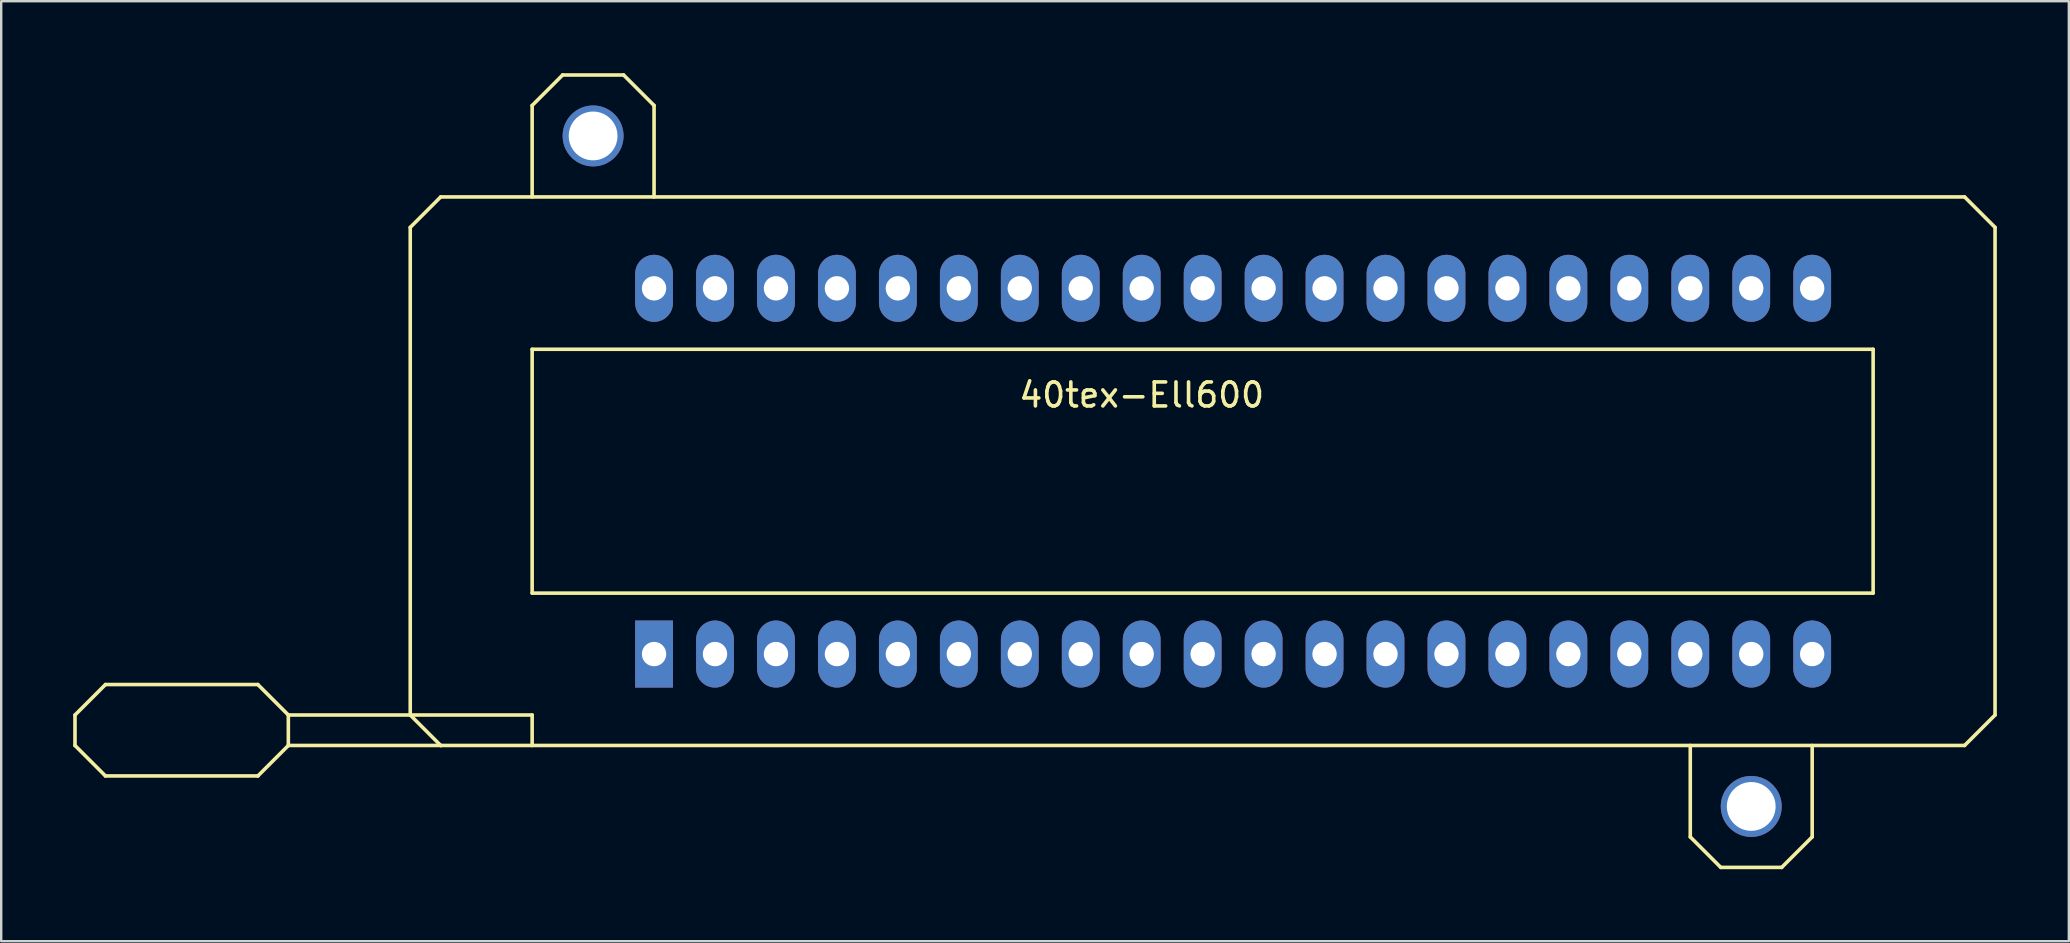
<source format=kicad_pcb>
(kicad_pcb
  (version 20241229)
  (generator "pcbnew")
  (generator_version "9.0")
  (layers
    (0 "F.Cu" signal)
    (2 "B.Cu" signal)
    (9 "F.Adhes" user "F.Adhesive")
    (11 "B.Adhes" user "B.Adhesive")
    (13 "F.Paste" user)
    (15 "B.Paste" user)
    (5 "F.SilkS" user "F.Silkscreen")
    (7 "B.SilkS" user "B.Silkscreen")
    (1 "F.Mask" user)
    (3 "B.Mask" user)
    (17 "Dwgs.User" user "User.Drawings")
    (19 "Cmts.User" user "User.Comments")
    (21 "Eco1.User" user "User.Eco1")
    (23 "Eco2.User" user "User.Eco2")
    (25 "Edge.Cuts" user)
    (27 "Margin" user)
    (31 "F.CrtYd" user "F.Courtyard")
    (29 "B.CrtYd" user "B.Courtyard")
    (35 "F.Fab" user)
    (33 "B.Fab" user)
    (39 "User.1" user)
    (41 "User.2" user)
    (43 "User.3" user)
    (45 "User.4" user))
  (footprint "40tex-Ell600"
    (layer "F.Cu")
    (at 48.335 16.585)
    (property "Reference" "40tex-Ell600" (at -3.81 -3.175 0) (layer "F.SilkS") (effects (font (size 1 1) (thickness 0.15))))
    (attr through_hole)
    (fp_line (start -48.26 10.16) (end -48.26 11.43) (stroke (width 0.15) (type solid)) (layer "F.SilkS"))
    (fp_line (start -48.26 11.43) (end -46.99 12.7) (stroke (width 0.15) (type solid)) (layer "F.SilkS"))
    (fp_line (start -46.99 8.89) (end -48.26 10.16) (stroke (width 0.15) (type solid)) (layer "F.SilkS"))
    (fp_line (start -46.99 12.7) (end -40.64 12.7) (stroke (width 0.15) (type solid)) (layer "F.SilkS"))
    (fp_line (start -40.64 8.89) (end -46.99 8.89) (stroke (width 0.15) (type solid)) (layer "F.SilkS"))
    (fp_line (start -40.64 12.7) (end -39.37 11.43) (stroke (width 0.15) (type solid)) (layer "F.SilkS"))
    (fp_line (start -39.37 10.16) (end -40.64 8.89) (stroke (width 0.15) (type solid)) (layer "F.SilkS"))
    (fp_line (start -39.37 10.16) (end -29.21 10.16) (stroke (width 0.15) (type solid)) (layer "F.SilkS"))
    (fp_line (start -39.37 11.43) (end -39.37 10.16) (stroke (width 0.15) (type solid)) (layer "F.SilkS"))
    (fp_line (start -39.37 11.43) (end -33.02 11.43) (stroke (width 0.15) (type solid)) (layer "F.SilkS"))
    (fp_line (start -34.29 -10.16) (end -33.02 -11.43) (stroke (width 0.15) (type solid)) (layer "F.SilkS"))
    (fp_line (start -34.29 10.16) (end -34.29 -10.16) (stroke (width 0.15) (type solid)) (layer "F.SilkS"))
    (fp_line (start -33.02 -11.43) (end 30.48 -11.43) (stroke (width 0.15) (type solid)) (layer "F.SilkS"))
    (fp_line (start -33.02 11.43) (end -34.29 10.16) (stroke (width 0.15) (type solid)) (layer "F.SilkS"))
    (fp_line (start -29.21 -15.24) (end -29.21 -11.43) (stroke (width 0.15) (type solid)) (layer "F.SilkS"))
    (fp_line (start -29.21 -5.08) (end 26.67 -5.08) (stroke (width 0.15) (type solid)) (layer "F.SilkS"))
    (fp_line (start -29.21 5.08) (end -29.21 -5.08) (stroke (width 0.15) (type solid)) (layer "F.SilkS"))
    (fp_line (start -29.21 10.16) (end -29.21 11.43) (stroke (width 0.15) (type solid)) (layer "F.SilkS"))
    (fp_line (start -27.94 -16.51) (end -29.21 -15.24) (stroke (width 0.15) (type solid)) (layer "F.SilkS"))
    (fp_line (start -25.4 -16.51) (end -27.94 -16.51) (stroke (width 0.15) (type solid)) (layer "F.SilkS"))
    (fp_line (start -24.13 -15.24) (end -25.4 -16.51) (stroke (width 0.15) (type solid)) (layer "F.SilkS"))
    (fp_line (start -24.13 -11.43) (end -24.13 -15.24) (stroke (width 0.15) (type solid)) (layer "F.SilkS"))
    (fp_line (start 19.05 15.24) (end 19.05 11.43) (stroke (width 0.15) (type solid)) (layer "F.SilkS"))
    (fp_line (start 20.32 16.51) (end 19.05 15.24) (stroke (width 0.15) (type solid)) (layer "F.SilkS"))
    (fp_line (start 22.86 16.51) (end 20.32 16.51) (stroke (width 0.15) (type solid)) (layer "F.SilkS"))
    (fp_line (start 24.13 11.43) (end 24.13 15.24) (stroke (width 0.15) (type solid)) (layer "F.SilkS"))
    (fp_line (start 24.13 15.24) (end 22.86 16.51) (stroke (width 0.15) (type solid)) (layer "F.SilkS"))
    (fp_line (start 26.67 -5.08) (end 26.67 5.08) (stroke (width 0.15) (type solid)) (layer "F.SilkS"))
    (fp_line (start 26.67 5.08) (end -29.21 5.08) (stroke (width 0.15) (type solid)) (layer "F.SilkS"))
    (fp_line (start 30.48 -11.43) (end 31.75 -10.16) (stroke (width 0.15) (type solid)) (layer "F.SilkS"))
    (fp_line (start 30.48 11.43) (end -33.02 11.43) (stroke (width 0.15) (type solid)) (layer "F.SilkS"))
    (fp_line (start 31.75 -10.16) (end 31.75 10.16) (stroke (width 0.15) (type solid)) (layer "F.SilkS"))
    (fp_line (start 31.75 10.16) (end 30.48 11.43) (stroke (width 0.15) (type solid)) (layer "F.SilkS"))
    (pad "1" thru_hole rect (at -24.13 7.62) (size 1.575 2.794) (drill 1.016) (layers "*.Cu" "*.Mask"))
    (pad "2" thru_hole oval (at -21.59 7.62) (size 1.575 2.794) (drill 1.016) (layers "*.Cu" "*.Mask"))
    (pad "3" thru_hole oval (at -19.05 7.62) (size 1.575 2.794) (drill 1.016) (layers "*.Cu" "*.Mask"))
    (pad "4" thru_hole oval (at -16.51 7.62) (size 1.575 2.794) (drill 1.016) (layers "*.Cu" "*.Mask"))
    (pad "5" thru_hole oval (at -13.97 7.62) (size 1.575 2.794) (drill 1.016) (layers "*.Cu" "*.Mask"))
    (pad "6" thru_hole oval (at -11.43 7.62) (size 1.575 2.794) (drill 1.016) (layers "*.Cu" "*.Mask"))
    (pad "7" thru_hole oval (at -8.89 7.62) (size 1.575 2.794) (drill 1.016) (layers "*.Cu" "*.Mask"))
    (pad "8" thru_hole oval (at -6.35 7.62) (size 1.575 2.794) (drill 1.016) (layers "*.Cu" "*.Mask"))
    (pad "9" thru_hole oval (at -3.81 7.62) (size 1.575 2.794) (drill 1.016) (layers "*.Cu" "*.Mask"))
    (pad "10" thru_hole oval (at -1.27 7.62) (size 1.575 2.794) (drill 1.016) (layers "*.Cu" "*.Mask"))
    (pad "11" thru_hole oval (at 1.27 7.62) (size 1.575 2.794) (drill 1.016) (layers "*.Cu" "*.Mask"))
    (pad "12" thru_hole oval (at 3.81 7.62) (size 1.575 2.794) (drill 1.016) (layers "*.Cu" "*.Mask"))
    (pad "13" thru_hole oval (at 6.35 7.62) (size 1.575 2.794) (drill 1.016) (layers "*.Cu" "*.Mask"))
    (pad "14" thru_hole oval (at 8.89 7.62) (size 1.575 2.794) (drill 1.016) (layers "*.Cu" "*.Mask"))
    (pad "15" thru_hole oval (at 11.43 7.62) (size 1.575 2.794) (drill 1.016) (layers "*.Cu" "*.Mask"))
    (pad "16" thru_hole oval (at 13.97 7.62) (size 1.575 2.794) (drill 1.016) (layers "*.Cu" "*.Mask"))
    (pad "17" thru_hole oval (at 16.51 7.62) (size 1.575 2.794) (drill 1.016) (layers "*.Cu" "*.Mask"))
    (pad "18" thru_hole oval (at 19.05 7.62) (size 1.575 2.794) (drill 1.016) (layers "*.Cu" "*.Mask"))
    (pad "19" thru_hole oval (at 21.59 7.62) (size 1.575 2.794) (drill 1.016) (layers "*.Cu" "*.Mask"))
    (pad "20" thru_hole oval (at 24.13 7.62) (size 1.575 2.794) (drill 1.016) (layers "*.Cu" "*.Mask"))
    (pad "21" thru_hole oval (at 24.13 -7.62) (size 1.575 2.794) (drill 1.016) (layers "*.Cu" "*.Mask"))
    (pad "22" thru_hole oval (at 21.59 -7.62) (size 1.575 2.794) (drill 1.016) (layers "*.Cu" "*.Mask"))
    (pad "23" thru_hole oval (at 19.05 -7.62) (size 1.575 2.794) (drill 1.016) (layers "*.Cu" "*.Mask"))
    (pad "24" thru_hole oval (at 16.51 -7.62) (size 1.575 2.794) (drill 1.016) (layers "*.Cu" "*.Mask"))
    (pad "25" thru_hole oval (at 13.97 -7.62) (size 1.575 2.794) (drill 1.016) (layers "*.Cu" "*.Mask"))
    (pad "26" thru_hole oval (at 11.43 -7.62) (size 1.575 2.794) (drill 1.016) (layers "*.Cu" "*.Mask"))
    (pad "27" thru_hole oval (at 8.89 -7.62) (size 1.575 2.794) (drill 1.016) (layers "*.Cu" "*.Mask"))
    (pad "28" thru_hole oval (at 6.35 -7.62) (size 1.575 2.794) (drill 1.016) (layers "*.Cu" "*.Mask"))
    (pad "29" thru_hole oval (at 3.81 -7.62) (size 1.575 2.794) (drill 1.016) (layers "*.Cu" "*.Mask"))
    (pad "30" thru_hole oval (at 1.27 -7.62) (size 1.575 2.794) (drill 1.016) (layers "*.Cu" "*.Mask"))
    (pad "31" thru_hole oval (at -1.27 -7.62) (size 1.575 2.794) (drill 1.016) (layers "*.Cu" "*.Mask"))
    (pad "32" thru_hole oval (at -3.81 -7.62) (size 1.575 2.794) (drill 1.016) (layers "*.Cu" "*.Mask"))
    (pad "33" thru_hole oval (at -6.35 -7.62) (size 1.575 2.794) (drill 1.016) (layers "*.Cu" "*.Mask"))
    (pad "34" thru_hole oval (at -8.89 -7.62) (size 1.575 2.794) (drill 1.016) (layers "*.Cu" "*.Mask"))
    (pad "35" thru_hole oval (at -11.43 -7.62) (size 1.575 2.794) (drill 1.016) (layers "*.Cu" "*.Mask"))
    (pad "36" thru_hole oval (at -13.97 -7.62) (size 1.575 2.794) (drill 1.016) (layers "*.Cu" "*.Mask"))
    (pad "37" thru_hole oval (at -16.51 -7.62) (size 1.575 2.794) (drill 1.016) (layers "*.Cu" "*.Mask"))
    (pad "38" thru_hole oval (at -19.05 -7.62) (size 1.575 2.794) (drill 1.016) (layers "*.Cu" "*.Mask"))
    (pad "39" thru_hole oval (at -21.59 -7.62) (size 1.575 2.794) (drill 1.016) (layers "*.Cu" "*.Mask"))
    (pad "40" thru_hole oval (at -24.13 -7.62) (size 1.575 2.794) (drill 1.016) (layers "*.Cu" "*.Mask"))
    (pad "HOLE" thru_hole circle (at -26.67 -13.97) (size 2.54 2.54) (drill 2.032) (layers "*.Cu" "*.Mask"))
    (pad "HOLE" thru_hole circle (at 21.59 13.97) (size 2.54 2.54) (drill 2.032) (layers "*.Cu" "*.Mask")))
  (gr_rect
    (start -3 -3)
    (end 83.16 36.17)
    (stroke (width 0.1) (type default))
    (fill no)
    (layer "Edge.Cuts")))
</source>
